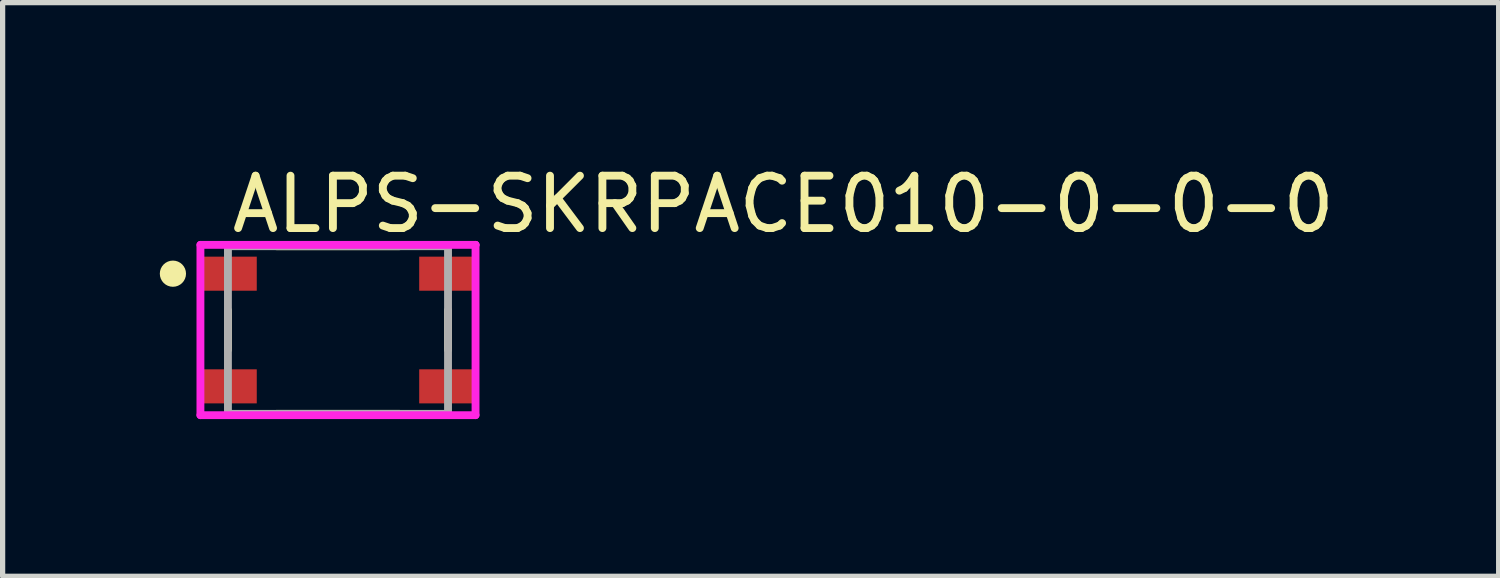
<source format=kicad_pcb>
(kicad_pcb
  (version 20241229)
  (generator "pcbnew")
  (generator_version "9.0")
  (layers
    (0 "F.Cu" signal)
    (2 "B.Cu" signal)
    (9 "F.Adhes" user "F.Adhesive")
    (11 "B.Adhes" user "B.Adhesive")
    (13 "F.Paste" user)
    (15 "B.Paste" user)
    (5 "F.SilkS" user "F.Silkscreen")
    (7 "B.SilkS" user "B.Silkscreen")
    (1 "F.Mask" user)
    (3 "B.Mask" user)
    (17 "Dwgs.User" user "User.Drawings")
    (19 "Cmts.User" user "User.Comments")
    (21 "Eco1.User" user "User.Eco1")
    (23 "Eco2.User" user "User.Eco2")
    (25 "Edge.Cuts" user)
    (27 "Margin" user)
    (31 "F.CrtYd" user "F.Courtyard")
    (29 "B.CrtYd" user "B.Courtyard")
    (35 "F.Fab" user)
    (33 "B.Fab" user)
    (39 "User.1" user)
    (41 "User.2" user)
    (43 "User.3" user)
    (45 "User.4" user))
  (footprint "ALPS-SKRPACE010-0-0-0"
    (layer "F.Cu")
    (at 3.4 3.248)
    (property "Reference" "ALPS-SKRPACE010-0-0-0" (at -2.1 -2.4 0) (layer "F.SilkS") (effects (font (size 1 1) (thickness 0.15)) (justify left)))
    (attr through_hole)
    (fp_line (start -2.1 0.375) (end -2.1 -0.375) (stroke (width 0.15) (type solid)) (layer "F.SilkS"))
    (fp_line (start -1.175 -1.6) (end 1.175 -1.6) (stroke (width 0.15) (type solid)) (layer "F.SilkS"))
    (fp_line (start -1.175 1.6) (end 1.175 1.6) (stroke (width 0.15) (type solid)) (layer "F.SilkS"))
    (fp_line (start 2.1 0.375) (end 2.1 -0.375) (stroke (width 0.15) (type solid)) (layer "F.SilkS"))
    (fp_circle (center -3.15 -1.075) (end -3.025 -1.075) (stroke (width 0.25) (type solid)) (fill no) (layer "F.SilkS"))
    (fp_line (start -2.625 -1.625) (end -2.625 1.625) (stroke (width 0.15) (type solid)) (layer "F.CrtYd"))
    (fp_line (start -2.625 1.625) (end 2.625 1.625) (stroke (width 0.15) (type solid)) (layer "F.CrtYd"))
    (fp_line (start 2.625 -1.625) (end -2.625 -1.625) (stroke (width 0.15) (type solid)) (layer "F.CrtYd"))
    (fp_line (start 2.625 -1.625) (end 2.625 -1.625) (stroke (width 0.15) (type solid)) (layer "F.CrtYd"))
    (fp_line (start 2.625 1.625) (end 2.625 -1.625) (stroke (width 0.15) (type solid)) (layer "F.CrtYd"))
    (fp_line (start -2.1 -1.6) (end 2.1 -1.6) (stroke (width 0.15) (type solid)) (layer "F.Fab"))
    (fp_line (start -2.1 1.6) (end -2.1 -1.6) (stroke (width 0.15) (type solid)) (layer "F.Fab"))
    (fp_line (start 2.1 -1.6) (end 2.1 1.6) (stroke (width 0.15) (type solid)) (layer "F.Fab"))
    (fp_line (start 2.1 1.6) (end -2.1 1.6) (stroke (width 0.15) (type solid)) (layer "F.Fab"))
    (pad "1" smd rect (at -2.075 -1.075) (size 1.05 0.65) (layers "F.Cu" "F.Mask" "F.Paste"))
    (pad "2" smd rect (at 2.075 -1.075) (size 1.05 0.65) (layers "F.Cu" "F.Mask" "F.Paste"))
    (pad "3" smd rect (at -2.075 1.075) (size 1.05 0.65) (layers "F.Cu" "F.Mask" "F.Paste"))
    (pad "4" smd rect (at 2.075 1.075) (size 1.05 0.65) (layers "F.Cu" "F.Mask" "F.Paste")))
  (gr_rect
    (start -3 -3)
    (end 25.55 7.948)
    (stroke (width 0.1) (type default))
    (fill no)
    (layer "Edge.Cuts")))
</source>
